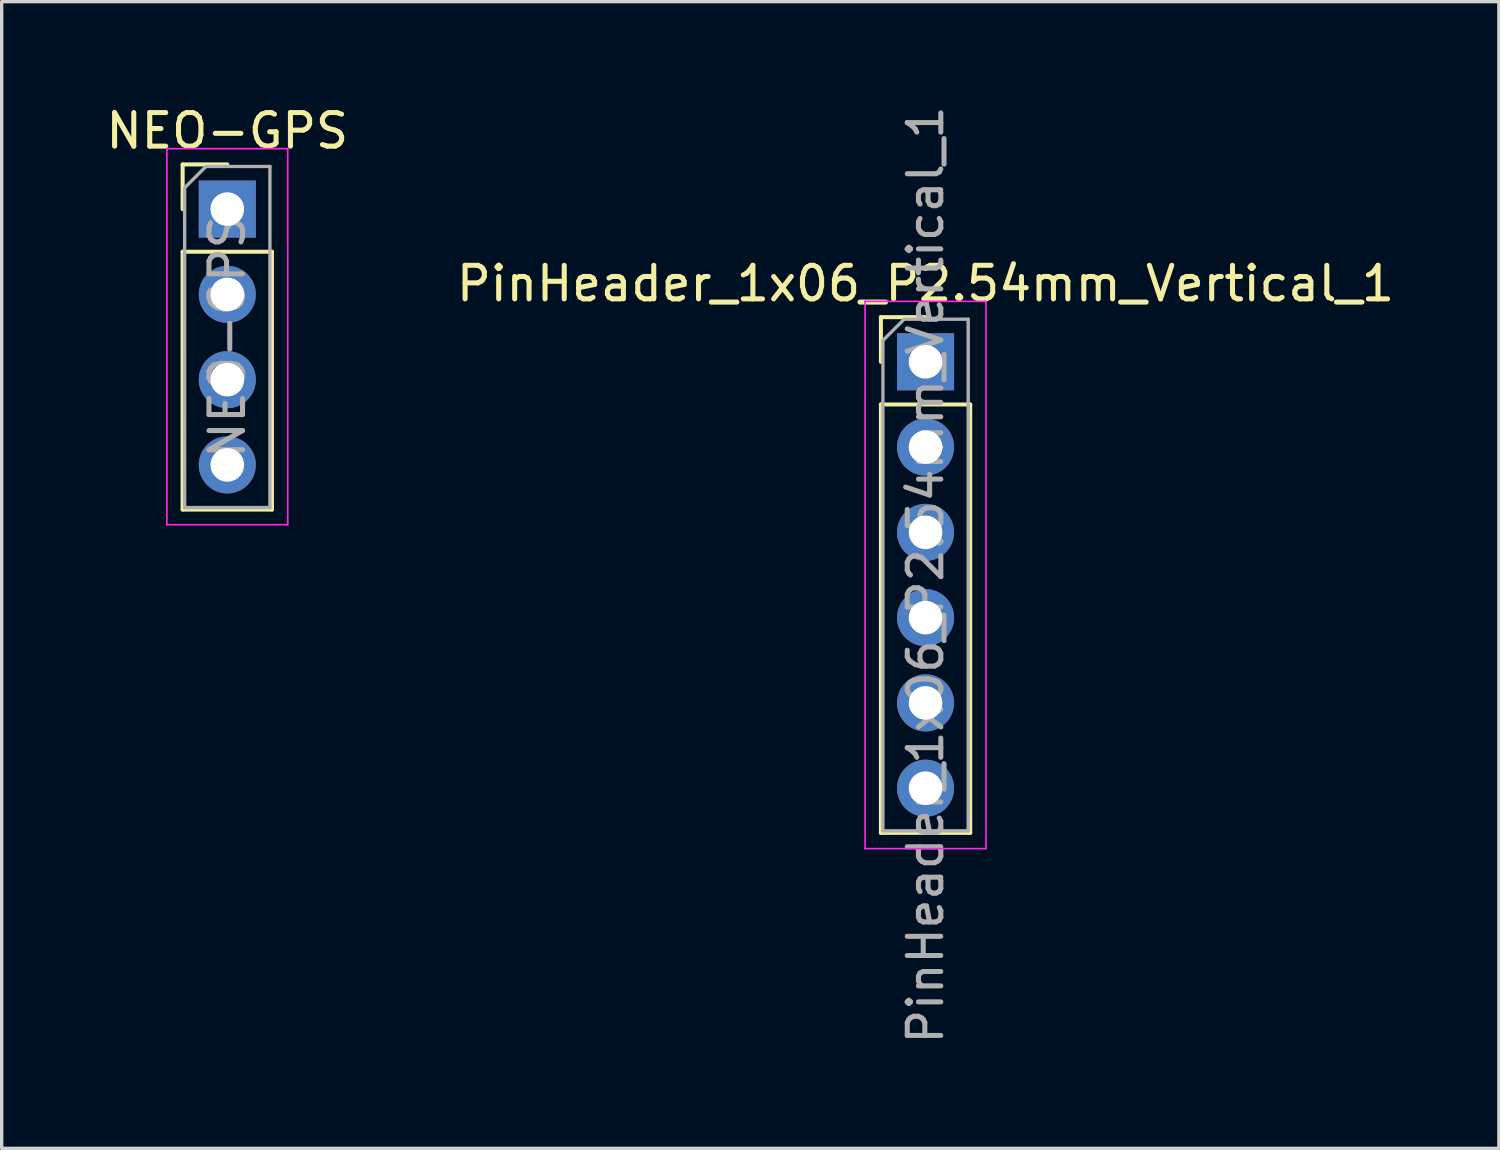
<source format=kicad_pcb>
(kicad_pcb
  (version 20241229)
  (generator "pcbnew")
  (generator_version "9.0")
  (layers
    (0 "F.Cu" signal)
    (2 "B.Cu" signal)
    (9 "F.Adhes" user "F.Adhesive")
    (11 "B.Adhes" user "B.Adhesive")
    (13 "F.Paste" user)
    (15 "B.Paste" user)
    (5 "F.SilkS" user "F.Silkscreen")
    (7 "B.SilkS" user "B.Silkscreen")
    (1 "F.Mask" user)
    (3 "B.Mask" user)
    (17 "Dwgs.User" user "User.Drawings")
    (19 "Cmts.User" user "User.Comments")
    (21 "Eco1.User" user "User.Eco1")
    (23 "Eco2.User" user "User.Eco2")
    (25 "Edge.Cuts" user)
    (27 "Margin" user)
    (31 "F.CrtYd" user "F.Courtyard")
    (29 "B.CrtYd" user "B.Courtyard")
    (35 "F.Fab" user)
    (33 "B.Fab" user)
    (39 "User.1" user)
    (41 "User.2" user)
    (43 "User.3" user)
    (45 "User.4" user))
  (footprint "PinHeader_1x06_P2.54mm_Vertical_1"
    (layer "F.Cu")
    (at 24.518 7.727)
    (property "Reference" "PinHeader_1x06_P2.54mm_Vertical_1" (at 0 -2.33 0) (layer "F.SilkS") (effects (font (size 1 1) (thickness 0.15))))
    (attr through_hole)
    (fp_line (start -1.33 -1.33) (end 0 -1.33) (stroke (width 0.12) (type solid)) (layer "F.SilkS"))
    (fp_line (start -1.33 0) (end -1.33 -1.33) (stroke (width 0.12) (type solid)) (layer "F.SilkS"))
    (fp_line (start -1.33 1.27) (end -1.33 14.03) (stroke (width 0.12) (type solid)) (layer "F.SilkS"))
    (fp_line (start -1.33 1.27) (end 1.33 1.27) (stroke (width 0.12) (type solid)) (layer "F.SilkS"))
    (fp_line (start -1.33 14.03) (end 1.33 14.03) (stroke (width 0.12) (type solid)) (layer "F.SilkS"))
    (fp_line (start 1.33 1.27) (end 1.33 14.03) (stroke (width 0.12) (type solid)) (layer "F.SilkS"))
    (fp_line (start -1.8 -1.8) (end -1.8 14.5) (stroke (width 0.05) (type solid)) (layer "F.CrtYd"))
    (fp_line (start -1.8 14.5) (end 1.8 14.5) (stroke (width 0.05) (type solid)) (layer "F.CrtYd"))
    (fp_line (start 1.8 -1.8) (end -1.8 -1.8) (stroke (width 0.05) (type solid)) (layer "F.CrtYd"))
    (fp_line (start 1.8 14.5) (end 1.8 -1.8) (stroke (width 0.05) (type solid)) (layer "F.CrtYd"))
    (fp_line (start -1.27 -0.635) (end -0.635 -1.27) (stroke (width 0.1) (type solid)) (layer "F.Fab"))
    (fp_line (start -1.27 13.97) (end -1.27 -0.635) (stroke (width 0.1) (type solid)) (layer "F.Fab"))
    (fp_line (start -0.635 -1.27) (end 1.27 -1.27) (stroke (width 0.1) (type solid)) (layer "F.Fab"))
    (fp_line (start 1.27 -1.27) (end 1.27 13.97) (stroke (width 0.1) (type solid)) (layer "F.Fab"))
    (fp_line (start 1.27 13.97) (end -1.27 13.97) (stroke (width 0.1) (type solid)) (layer "F.Fab"))
    (fp_text user "${REFERENCE}" (at 0 6.35 90) (layer "F.Fab") (effects (font (size 1 1) (thickness 0.15))))
    (pad "1" thru_hole rect (at 0 0) (size 1.7 1.7) (drill 1) (layers "*.Cu" "*.Mask"))
    (pad "2" thru_hole oval (at 0 2.54) (size 1.7 1.7) (drill 1) (layers "*.Cu" "*.Mask"))
    (pad "3" thru_hole oval (at 0 5.08) (size 1.7 1.7) (drill 1) (layers "*.Cu" "*.Mask"))
    (pad "4" thru_hole oval (at 0 7.62) (size 1.7 1.7) (drill 1) (layers "*.Cu" "*.Mask"))
    (pad "5" thru_hole oval (at 0 10.16) (size 1.7 1.7) (drill 1) (layers "*.Cu" "*.Mask"))
    (pad "6" thru_hole oval (at 0 12.7) (size 1.7 1.7) (drill 1) (layers "*.Cu" "*.Mask")))
  (footprint "NEO-GPS"
    (layer "F.Cu")
    (at 3.72 3.178)
    (property "Reference" "NEO-GPS" (at 0 -2.33 0) (layer "F.SilkS") (effects (font (size 1 1) (thickness 0.15))))
    (attr through_hole)
    (fp_line (start -1.33 -1.33) (end 0 -1.33) (stroke (width 0.12) (type solid)) (layer "F.SilkS"))
    (fp_line (start -1.33 0) (end -1.33 -1.33) (stroke (width 0.12) (type solid)) (layer "F.SilkS"))
    (fp_line (start -1.33 1.27) (end -1.33 8.95) (stroke (width 0.12) (type solid)) (layer "F.SilkS"))
    (fp_line (start -1.33 1.27) (end 1.33 1.27) (stroke (width 0.12) (type solid)) (layer "F.SilkS"))
    (fp_line (start -1.33 8.95) (end 1.33 8.95) (stroke (width 0.12) (type solid)) (layer "F.SilkS"))
    (fp_line (start 1.33 1.27) (end 1.33 8.95) (stroke (width 0.12) (type solid)) (layer "F.SilkS"))
    (fp_line (start -1.8 -1.8) (end -1.8 9.4) (stroke (width 0.05) (type solid)) (layer "F.CrtYd"))
    (fp_line (start -1.8 9.4) (end 1.8 9.4) (stroke (width 0.05) (type solid)) (layer "F.CrtYd"))
    (fp_line (start 1.8 -1.8) (end -1.8 -1.8) (stroke (width 0.05) (type solid)) (layer "F.CrtYd"))
    (fp_line (start 1.8 9.4) (end 1.8 -1.8) (stroke (width 0.05) (type solid)) (layer "F.CrtYd"))
    (fp_line (start -1.27 -0.635) (end -0.635 -1.27) (stroke (width 0.1) (type solid)) (layer "F.Fab"))
    (fp_line (start -1.27 8.89) (end -1.27 -0.635) (stroke (width 0.1) (type solid)) (layer "F.Fab"))
    (fp_line (start -0.635 -1.27) (end 1.27 -1.27) (stroke (width 0.1) (type solid)) (layer "F.Fab"))
    (fp_line (start 1.27 -1.27) (end 1.27 8.89) (stroke (width 0.1) (type solid)) (layer "F.Fab"))
    (fp_line (start 1.27 8.89) (end -1.27 8.89) (stroke (width 0.1) (type solid)) (layer "F.Fab"))
    (fp_text user "${REFERENCE}" (at 0 3.81 90) (layer "F.Fab") (effects (font (size 1 1) (thickness 0.15))))
    (pad "1" thru_hole rect (at 0 0) (size 1.7 1.7) (drill 1) (layers "*.Cu" "*.Mask"))
    (pad "2" thru_hole oval (at 0 2.54) (size 1.7 1.7) (drill 1) (layers "*.Cu" "*.Mask"))
    (pad "3" thru_hole oval (at 0 5.08) (size 1.7 1.7) (drill 1) (layers "*.Cu" "*.Mask"))
    (pad "4" thru_hole oval (at 0 7.62) (size 1.7 1.7) (drill 1) (layers "*.Cu" "*.Mask")))
  (gr_rect
    (start -3 -3)
    (end 41.595 31.155)
    (stroke (width 0.1) (type default))
    (fill no)
    (layer "Edge.Cuts")))
</source>
